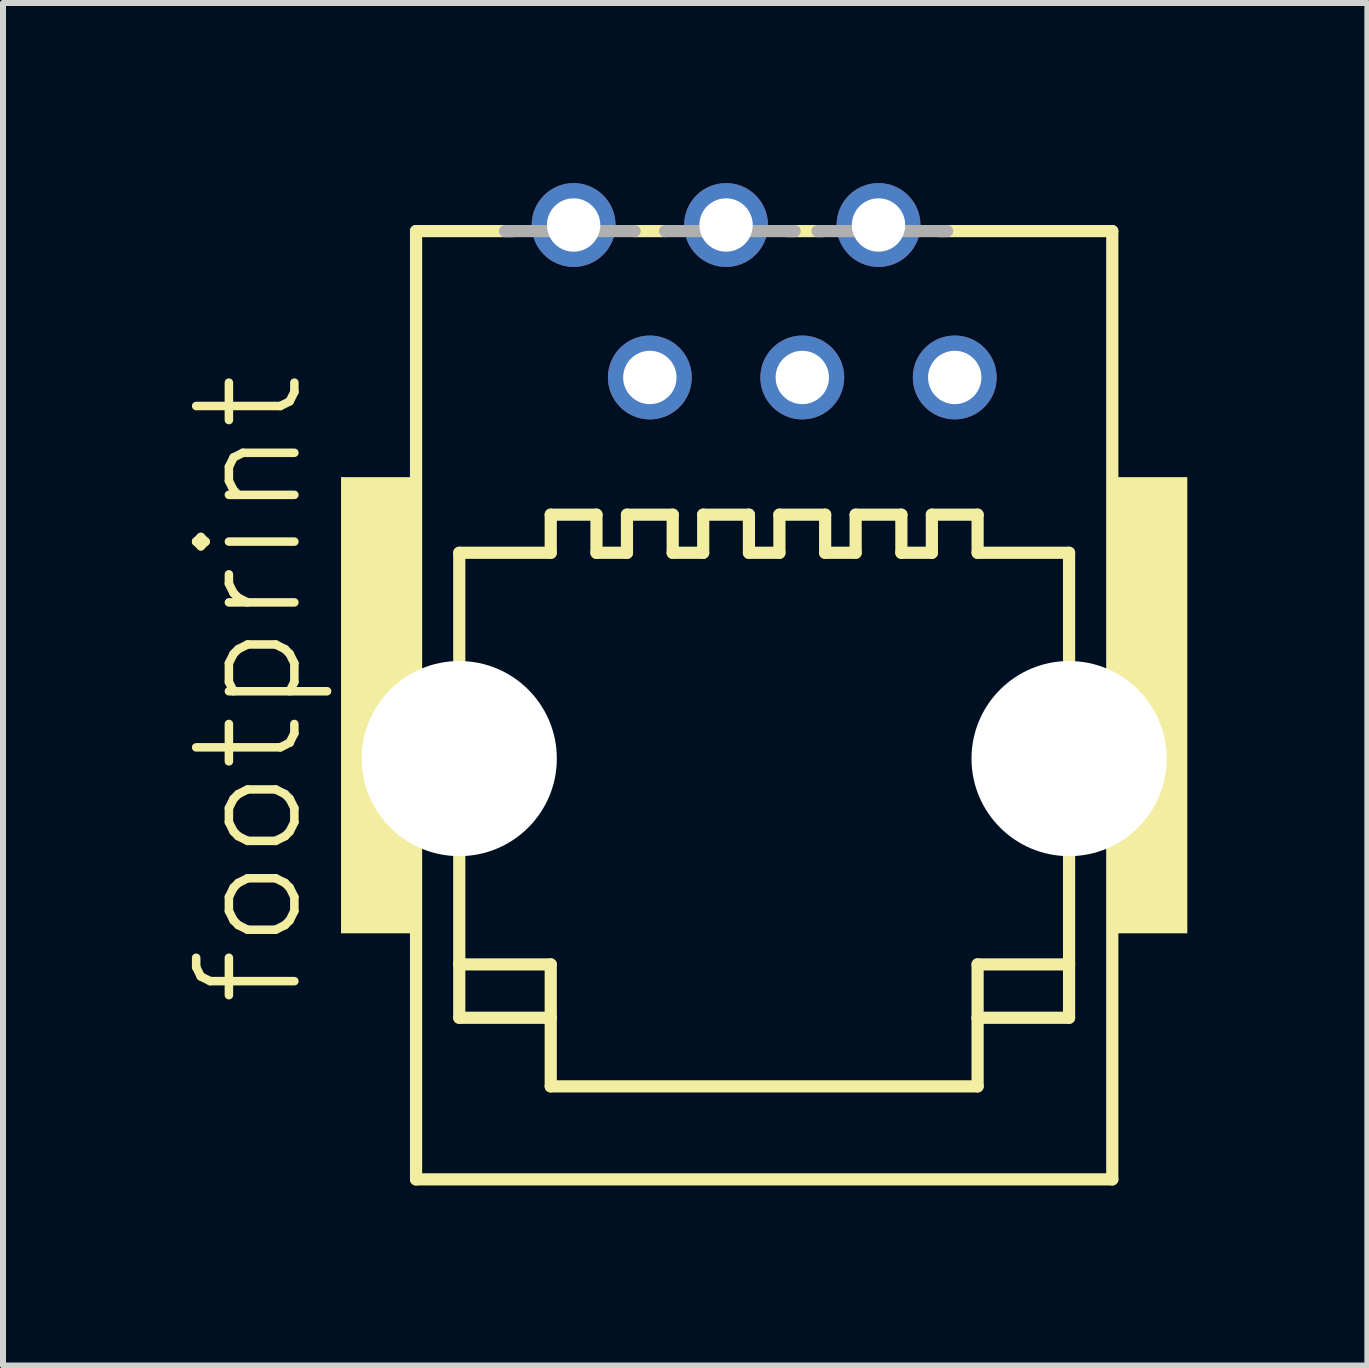
<source format=kicad_pcb>
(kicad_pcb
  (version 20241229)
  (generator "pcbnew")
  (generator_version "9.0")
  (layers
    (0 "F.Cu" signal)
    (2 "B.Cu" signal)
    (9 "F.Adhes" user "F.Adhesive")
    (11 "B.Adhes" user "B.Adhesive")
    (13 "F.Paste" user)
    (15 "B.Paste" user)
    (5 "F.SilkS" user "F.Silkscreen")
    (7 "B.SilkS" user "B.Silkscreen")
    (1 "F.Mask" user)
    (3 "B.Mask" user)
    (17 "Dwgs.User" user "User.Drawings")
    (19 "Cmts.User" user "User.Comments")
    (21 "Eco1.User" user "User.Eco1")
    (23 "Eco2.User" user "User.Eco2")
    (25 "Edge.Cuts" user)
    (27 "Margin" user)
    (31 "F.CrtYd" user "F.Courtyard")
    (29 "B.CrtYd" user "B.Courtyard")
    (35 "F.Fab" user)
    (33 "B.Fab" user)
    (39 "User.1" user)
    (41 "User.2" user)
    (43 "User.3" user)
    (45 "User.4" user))
  (footprint "footprint"
    (layer "F.Cu")
    (at 9.682 8.7)
    (property "Reference" "footprint" (at -7.62 5.08 90) (layer "F.SilkS") (effects (font (size 1.636 1.636) (thickness 0.142)) (justify left bottom)))
    (fp_line (start -5.8 -7.9) (end -5.8 7.9) (stroke (width 0.203) (type solid)) (layer "F.SilkS"))
    (fp_line (start -5.8 7.9) (end 5.8 7.9) (stroke (width 0.203) (type solid)) (layer "F.SilkS"))
    (fp_line (start -5.08 -2.54) (end -5.08 4.318) (stroke (width 0.203) (type solid)) (layer "F.SilkS"))
    (fp_line (start -5.08 4.318) (end -5.08 5.207) (stroke (width 0.203) (type solid)) (layer "F.SilkS"))
    (fp_line (start -5.08 4.318) (end -3.556 4.318) (stroke (width 0.203) (type solid)) (layer "F.SilkS"))
    (fp_line (start -5.08 5.207) (end -3.556 5.207) (stroke (width 0.203) (type solid)) (layer "F.SilkS"))
    (fp_line (start -4.191 -7.9) (end -5.8 -7.9) (stroke (width 0.203) (type solid)) (layer "F.SilkS"))
    (fp_line (start -3.556 -3.175) (end -3.556 -2.54) (stroke (width 0.203) (type solid)) (layer "F.SilkS"))
    (fp_line (start -3.556 -3.175) (end -2.794 -3.175) (stroke (width 0.203) (type solid)) (layer "F.SilkS"))
    (fp_line (start -3.556 -2.54) (end -5.08 -2.54) (stroke (width 0.203) (type solid)) (layer "F.SilkS"))
    (fp_line (start -3.556 4.318) (end -3.556 5.207) (stroke (width 0.203) (type solid)) (layer "F.SilkS"))
    (fp_line (start -3.556 5.207) (end -3.556 6.35) (stroke (width 0.203) (type solid)) (layer "F.SilkS"))
    (fp_line (start -3.556 6.35) (end 3.556 6.35) (stroke (width 0.203) (type solid)) (layer "F.SilkS"))
    (fp_line (start -2.794 -3.175) (end -2.794 -2.54) (stroke (width 0.203) (type solid)) (layer "F.SilkS"))
    (fp_line (start -2.286 -3.175) (end -2.286 -2.54) (stroke (width 0.203) (type solid)) (layer "F.SilkS"))
    (fp_line (start -2.286 -3.175) (end -1.524 -3.175) (stroke (width 0.203) (type solid)) (layer "F.SilkS"))
    (fp_line (start -2.286 -2.54) (end -2.794 -2.54) (stroke (width 0.203) (type solid)) (layer "F.SilkS"))
    (fp_line (start -1.651 -7.9) (end -2.159 -7.9) (stroke (width 0.203) (type solid)) (layer "F.SilkS"))
    (fp_line (start -1.524 -3.175) (end -1.524 -2.54) (stroke (width 0.203) (type solid)) (layer "F.SilkS"))
    (fp_line (start -1.016 -3.175) (end -1.016 -2.54) (stroke (width 0.203) (type solid)) (layer "F.SilkS"))
    (fp_line (start -1.016 -3.175) (end -0.254 -3.175) (stroke (width 0.203) (type solid)) (layer "F.SilkS"))
    (fp_line (start -1.016 -2.54) (end -1.524 -2.54) (stroke (width 0.203) (type solid)) (layer "F.SilkS"))
    (fp_line (start -0.254 -3.175) (end -0.254 -2.54) (stroke (width 0.203) (type solid)) (layer "F.SilkS"))
    (fp_line (start 0.254 -3.175) (end 0.254 -2.54) (stroke (width 0.203) (type solid)) (layer "F.SilkS"))
    (fp_line (start 0.254 -3.175) (end 1.016 -3.175) (stroke (width 0.203) (type solid)) (layer "F.SilkS"))
    (fp_line (start 0.254 -2.54) (end -0.254 -2.54) (stroke (width 0.203) (type solid)) (layer "F.SilkS"))
    (fp_line (start 0.974 -7.9) (end 0.381 -7.9) (stroke (width 0.203) (type solid)) (layer "F.SilkS"))
    (fp_line (start 1.016 -3.175) (end 1.016 -2.54) (stroke (width 0.203) (type solid)) (layer "F.SilkS"))
    (fp_line (start 1.524 -3.175) (end 1.524 -2.54) (stroke (width 0.203) (type solid)) (layer "F.SilkS"))
    (fp_line (start 1.524 -3.175) (end 2.286 -3.175) (stroke (width 0.203) (type solid)) (layer "F.SilkS"))
    (fp_line (start 1.524 -2.54) (end 1.016 -2.54) (stroke (width 0.203) (type solid)) (layer "F.SilkS"))
    (fp_line (start 2.286 -3.175) (end 2.286 -2.54) (stroke (width 0.203) (type solid)) (layer "F.SilkS"))
    (fp_line (start 2.794 -3.175) (end 2.794 -2.54) (stroke (width 0.203) (type solid)) (layer "F.SilkS"))
    (fp_line (start 2.794 -3.175) (end 3.556 -3.175) (stroke (width 0.203) (type solid)) (layer "F.SilkS"))
    (fp_line (start 2.794 -2.54) (end 2.286 -2.54) (stroke (width 0.203) (type solid)) (layer "F.SilkS"))
    (fp_line (start 3.556 -3.175) (end 3.556 -2.54) (stroke (width 0.203) (type solid)) (layer "F.SilkS"))
    (fp_line (start 3.556 4.318) (end 3.556 5.207) (stroke (width 0.203) (type solid)) (layer "F.SilkS"))
    (fp_line (start 3.556 5.207) (end 3.556 6.35) (stroke (width 0.203) (type solid)) (layer "F.SilkS"))
    (fp_line (start 5.08 -2.54) (end 3.556 -2.54) (stroke (width 0.203) (type solid)) (layer "F.SilkS"))
    (fp_line (start 5.08 4.318) (end 3.556 4.318) (stroke (width 0.203) (type solid)) (layer "F.SilkS"))
    (fp_line (start 5.08 4.318) (end 5.08 -2.54) (stroke (width 0.203) (type solid)) (layer "F.SilkS"))
    (fp_line (start 5.08 5.207) (end 3.556 5.207) (stroke (width 0.203) (type solid)) (layer "F.SilkS"))
    (fp_line (start 5.08 5.207) (end 5.08 4.318) (stroke (width 0.203) (type solid)) (layer "F.SilkS"))
    (fp_line (start 5.8 -7.9) (end 2.921 -7.9) (stroke (width 0.203) (type solid)) (layer "F.SilkS"))
    (fp_line (start 5.8 7.9) (end 5.8 -7.9) (stroke (width 0.203) (type solid)) (layer "F.SilkS"))
    (fp_poly (pts (xy -7.05 3.8) (xy -5.75 3.8) (xy -5.75 -3.8) (xy -7.05 -3.8)) (stroke (width 0) (type solid)) (fill yes) (layer "F.SilkS"))
    (fp_poly (pts (xy 5.75 3.8) (xy 7.05 3.8) (xy 7.05 -3.8) (xy 5.75 -3.8)) (stroke (width 0) (type solid)) (fill yes) (layer "F.SilkS"))
    (fp_line (start -2.159 -7.9) (end -4.318 -7.9) (stroke (width 0.203) (type solid)) (layer "F.Fab"))
    (fp_line (start 0.508 -7.9) (end -1.651 -7.9) (stroke (width 0.203) (type solid)) (layer "F.Fab"))
    (fp_line (start 3.048 -7.9) (end 0.889 -7.9) (stroke (width 0.203) (type solid)) (layer "F.Fab"))
    (pad "" np_thru_hole circle (at -5.08 0.889) (size 3.251 3.251) (drill 3.251) (layers "*.Cu" "*.Mask"))
    (pad "" np_thru_hole circle (at 5.08 0.889) (size 3.251 3.251) (drill 3.251) (layers "*.Cu" "*.Mask"))
    (pad "1" thru_hole circle (at -3.175 -8.001) (size 1.397 1.397) (drill 0.889) (layers "*.Cu" "*.Mask"))
    (pad "2" thru_hole circle (at -1.905 -5.461) (size 1.397 1.397) (drill 0.889) (layers "*.Cu" "*.Mask"))
    (pad "3" thru_hole circle (at -0.635 -8.001) (size 1.397 1.397) (drill 0.889) (layers "*.Cu" "*.Mask"))
    (pad "4" thru_hole circle (at 0.635 -5.461) (size 1.397 1.397) (drill 0.889) (layers "*.Cu" "*.Mask"))
    (pad "5" thru_hole circle (at 1.905 -8.001) (size 1.397 1.397) (drill 0.889) (layers "*.Cu" "*.Mask"))
    (pad "6" thru_hole circle (at 3.175 -5.461) (size 1.397 1.397) (drill 0.889) (layers "*.Cu" "*.Mask")))
  (gr_rect
    (start -3 -3)
    (end 19.732 19.701)
    (stroke (width 0.1) (type default))
    (fill no)
    (layer "Edge.Cuts")))
</source>
